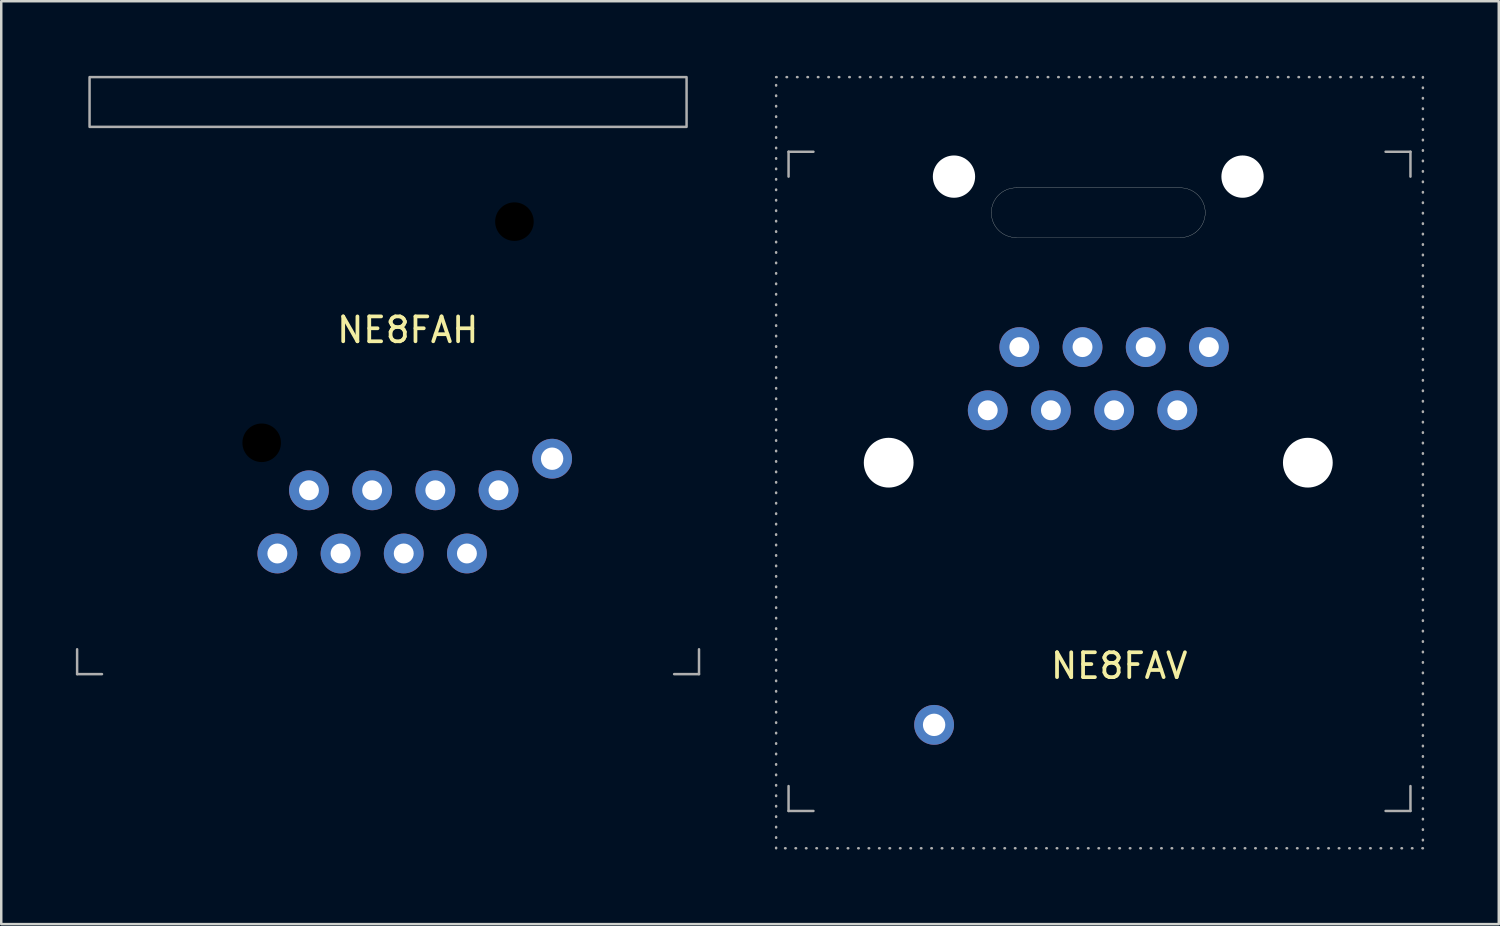
<source format=kicad_pcb>
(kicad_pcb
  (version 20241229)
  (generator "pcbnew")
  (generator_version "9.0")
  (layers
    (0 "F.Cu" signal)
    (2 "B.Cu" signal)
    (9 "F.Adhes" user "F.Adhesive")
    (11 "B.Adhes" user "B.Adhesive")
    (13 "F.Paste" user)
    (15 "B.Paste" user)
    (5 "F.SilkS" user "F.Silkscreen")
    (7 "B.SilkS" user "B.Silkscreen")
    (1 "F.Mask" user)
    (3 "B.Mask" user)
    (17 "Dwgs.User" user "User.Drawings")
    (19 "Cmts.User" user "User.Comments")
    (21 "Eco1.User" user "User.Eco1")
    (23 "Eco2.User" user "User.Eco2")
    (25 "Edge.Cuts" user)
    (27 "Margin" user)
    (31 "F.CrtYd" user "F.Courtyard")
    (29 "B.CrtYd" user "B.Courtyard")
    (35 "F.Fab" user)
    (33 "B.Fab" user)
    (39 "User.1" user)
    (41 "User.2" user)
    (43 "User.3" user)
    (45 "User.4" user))
  (footprint "NE8FAH"
    (layer "F.Cu")
    (at 12.55 2.05)
    (property "Reference" "NE8FAH" (at 0.792 8.165 0) (unlocked yes) (layer "F.SilkS") (effects (font (size 1 1) (thickness 0.15))))
    (attr through_hole allow_missing_courtyard)
    (fp_line (start -12.5 21) (end -12.5 22) (stroke (width 0.1) (type default)) (layer "F.Fab"))
    (fp_line (start -12.5 22) (end -11.5 22) (stroke (width 0.1) (type default)) (layer "F.Fab"))
    (fp_line (start 11.5 22) (end 12.5 22) (stroke (width 0.1) (type default)) (layer "F.Fab"))
    (fp_line (start 12.5 22) (end 12.5 21) (stroke (width 0.1) (type default)) (layer "F.Fab"))
    (fp_rect (start -12 -2) (end 12 0) (stroke (width 0.1) (type default)) (fill no) (layer "F.Fab"))
    (pad "" np_thru_hole circle (at -5.08 12.7) (size 1.55 1.55) (drill 1.55) (layers "*.Mask"))
    (pad "" np_thru_hole circle (at 5.08 3.81) (size 1.55 1.55) (drill 1.55) (layers "*.Mask"))
    (pad "1" thru_hole circle (at 4.44 14.61) (size 1.6 1.6) (drill 0.8) (layers "*.Cu" "*.Mask") (remove_unused_layers yes) (keep_end_layers yes) (zone_layer_connections))
    (pad "2" thru_hole circle (at 3.17 17.15) (size 1.6 1.6) (drill 0.8) (layers "*.Cu" "*.Mask") (remove_unused_layers yes) (keep_end_layers yes) (zone_layer_connections))
    (pad "3" thru_hole circle (at 1.9 14.61) (size 1.6 1.6) (drill 0.8) (layers "*.Cu" "*.Mask") (remove_unused_layers yes) (keep_end_layers yes) (zone_layer_connections))
    (pad "4" thru_hole circle (at 0.63 17.15) (size 1.6 1.6) (drill 0.8) (layers "*.Cu" "*.Mask") (remove_unused_layers yes) (keep_end_layers yes) (zone_layer_connections))
    (pad "5" thru_hole circle (at -0.64 14.61) (size 1.6 1.6) (drill 0.8) (layers "*.Cu" "*.Mask") (remove_unused_layers yes) (keep_end_layers yes) (zone_layer_connections))
    (pad "6" thru_hole circle (at -1.91 17.15) (size 1.6 1.6) (drill 0.8) (layers "*.Cu" "*.Mask") (remove_unused_layers yes) (keep_end_layers yes) (zone_layer_connections))
    (pad "7" thru_hole circle (at -3.18 14.61) (size 1.6 1.6) (drill 0.8) (layers "*.Cu" "*.Mask") (remove_unused_layers yes) (keep_end_layers yes) (zone_layer_connections))
    (pad "8" thru_hole circle (at -4.45 17.15) (size 1.6 1.6) (drill 0.8) (layers "*.Cu" "*.Mask") (remove_unused_layers yes) (keep_end_layers yes) (zone_layer_connections))
    (pad "S" thru_hole circle (at 6.595 13.34) (size 1.6 1.6) (drill 0.9) (layers "*.Cu" "*.Mask") (remove_unused_layers yes) (keep_end_layers yes) (zone_layer_connections)))
  (footprint "NE8FAV"
    (layer "F.Cu")
    (at 41.15 15.55)
    (property "Reference" "NE8FAV" (at 0.792 8.165 0) (unlocked yes) (layer "F.SilkS") (effects (font (size 1 1) (thickness 0.15))))
    (attr through_hole allow_missing_courtyard)
    (fp_line (start -3.35 -11.05) (end 3.25 -11.05) (stroke (width 0.01) (type solid)) (layer "Edge.Cuts"))
    (fp_line (start 3.25 -9.05) (end -3.35 -9.05) (stroke (width 0.01) (type solid)) (layer "Edge.Cuts"))
    (fp_arc (start -4.35 -10.05) (mid -4.057107 -10.757107) (end -3.35 -11.05) (stroke (width 0.01) (type solid)) (layer "Edge.Cuts"))
    (fp_arc (start -3.35 -9.05) (mid -4.057107 -9.342893) (end -4.35 -10.05) (stroke (width 0.01) (type solid)) (layer "Edge.Cuts"))
    (fp_arc (start 3.25 -11.05) (mid 3.957107 -10.757107) (end 4.25 -10.05) (stroke (width 0.01) (type solid)) (layer "Edge.Cuts"))
    (fp_arc (start 4.25 -10.05) (mid 3.957107 -9.342893) (end 3.25 -9.05) (stroke (width 0.01) (type solid)) (layer "Edge.Cuts"))
    (fp_circle (center -8.475 0) (end -5.975 0) (stroke (width 0.01) (type solid)) (fill no) (layer "Margin"))
    (fp_circle (center 8.375 0) (end 10.875 0) (stroke (width 0.01) (type solid)) (fill no) (layer "Margin"))
    (fp_line (start -12.5 -12.5) (end -12.5 -11.5) (stroke (width 0.1) (type solid)) (layer "F.Fab"))
    (fp_line (start -12.5 14) (end -12.5 13) (stroke (width 0.1) (type solid)) (layer "F.Fab"))
    (fp_line (start -11.5 -12.5) (end -12.5 -12.5) (stroke (width 0.1) (type solid)) (layer "F.Fab"))
    (fp_line (start -11.5 14) (end -12.5 14) (stroke (width 0.1) (type solid)) (layer "F.Fab"))
    (fp_line (start 12.5 -12.5) (end 11.5 -12.5) (stroke (width 0.1) (type solid)) (layer "F.Fab"))
    (fp_line (start 12.5 -11.5) (end 12.5 -12.5) (stroke (width 0.1) (type solid)) (layer "F.Fab"))
    (fp_line (start 12.5 13) (end 12.5 14) (stroke (width 0.1) (type solid)) (layer "F.Fab"))
    (fp_line (start 12.5 14) (end 11.5 14) (stroke (width 0.1) (type solid)) (layer "F.Fab"))
    (fp_rect (start -13 -15.5) (end 13 15.5) (stroke (width 0.1) (type dot)) (fill no) (layer "F.Fab"))
    (pad "" np_thru_hole circle (at -8.475 0) (size 2 2) (drill 2) (layers "*.Cu" "*.Mask"))
    (pad "" np_thru_hole circle (at -5.85 -11.5) (size 1.7 1.7) (drill 1.7) (layers "*.Cu" "*.Mask"))
    (pad "" np_thru_hole circle (at 5.75 -11.5) (size 1.7 1.7) (drill 1.7) (layers "*.Cu" "*.Mask"))
    (pad "" np_thru_hole circle (at 8.375 0) (size 2 2) (drill 2) (layers "*.Cu" "*.Mask"))
    (pad "1" thru_hole circle (at -4.493 -2.106 180) (size 1.6 1.6) (drill 0.8) (layers "*.Cu" "*.Mask") (remove_unused_layers yes) (keep_end_layers yes) (zone_layer_connections))
    (pad "2" thru_hole circle (at -3.223 -4.646 180) (size 1.6 1.6) (drill 0.8) (layers "*.Cu" "*.Mask") (remove_unused_layers yes) (keep_end_layers yes) (zone_layer_connections))
    (pad "3" thru_hole circle (at -1.953 -2.106 180) (size 1.6 1.6) (drill 0.8) (layers "*.Cu" "*.Mask") (remove_unused_layers yes) (keep_end_layers yes) (zone_layer_connections))
    (pad "4" thru_hole circle (at -0.683 -4.646 180) (size 1.6 1.6) (drill 0.8) (layers "*.Cu" "*.Mask") (remove_unused_layers yes) (keep_end_layers yes) (zone_layer_connections))
    (pad "5" thru_hole circle (at 0.587 -2.106 180) (size 1.6 1.6) (drill 0.8) (layers "*.Cu" "*.Mask") (remove_unused_layers yes) (keep_end_layers yes) (zone_layer_connections))
    (pad "6" thru_hole circle (at 1.857 -4.646 180) (size 1.6 1.6) (drill 0.8) (layers "*.Cu" "*.Mask") (remove_unused_layers yes) (keep_end_layers yes) (zone_layer_connections))
    (pad "7" thru_hole circle (at 3.127 -2.106 180) (size 1.6 1.6) (drill 0.8) (layers "*.Cu" "*.Mask") (remove_unused_layers yes) (keep_end_layers yes) (zone_layer_connections))
    (pad "8" thru_hole circle (at 4.397 -4.646 180) (size 1.6 1.6) (drill 0.8) (layers "*.Cu" "*.Mask") (remove_unused_layers yes) (keep_end_layers yes) (zone_layer_connections))
    (pad "S" thru_hole circle (at -6.649 10.539 180) (size 1.6 1.6) (drill 0.9) (layers "*.Cu" "*.Mask") (remove_unused_layers yes) (keep_end_layers yes) (zone_layer_connections)))
  (gr_rect
    (start -3 -3)
    (end 57.2 34.1)
    (stroke (width 0.1) (type default))
    (fill no)
    (layer "Edge.Cuts")))
</source>
